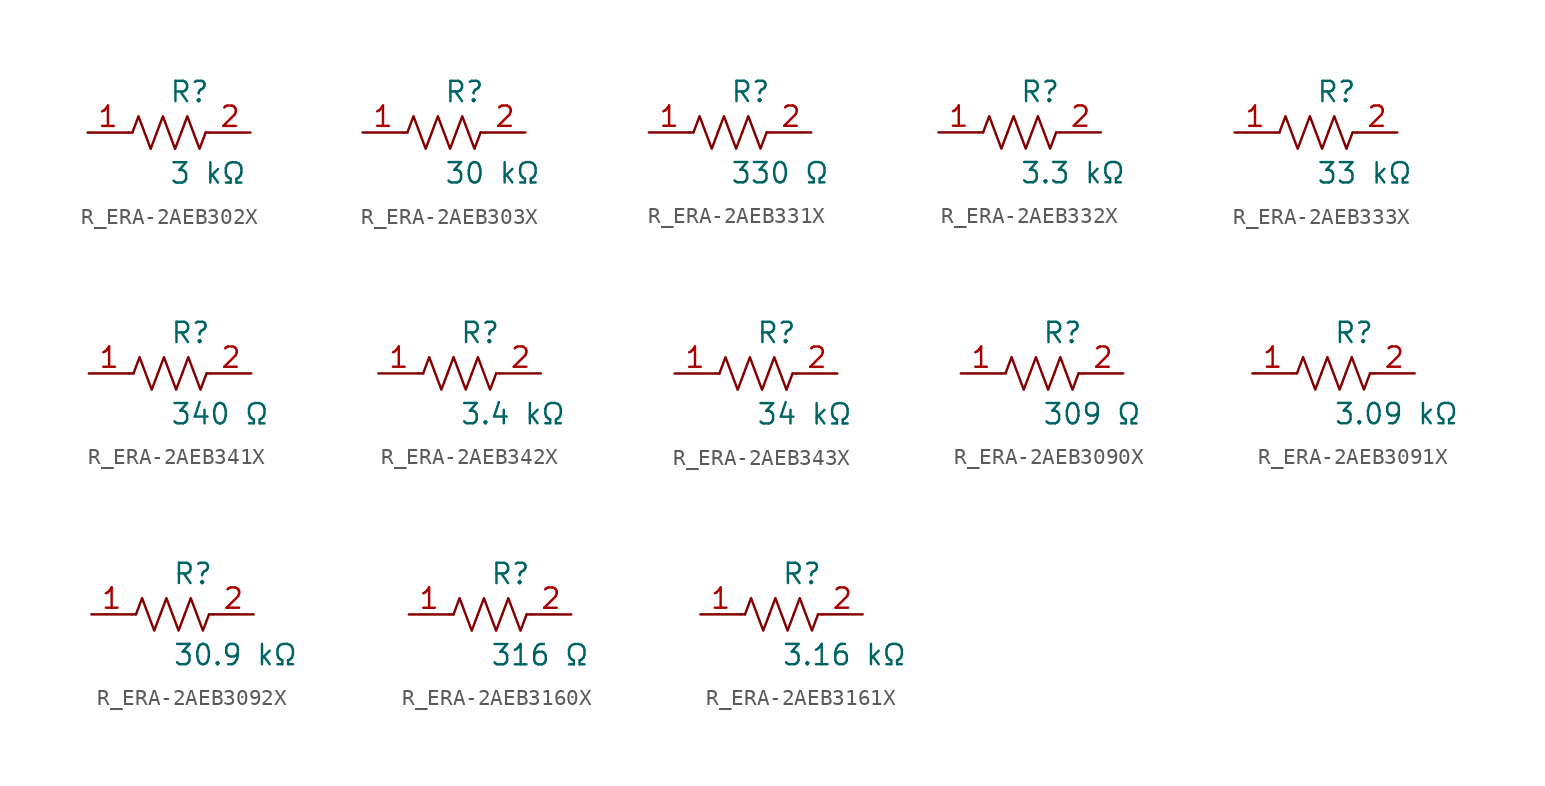
<source format=kicad_sym>
(kicad_symbol_lib
  (version 20231120)
  (generator kicad_symbol_editor)
  (generator_version 8.0)
  (symbol "R_ERA-2AEB302X"
    (pin_names
      (offset 0.254))
    (property "Reference" "R"
      (at 0.0 2.54 0)
      (effects (font (size 1.27 1.27)) (justify left)))
    (property "Value" "3 kΩ"
      (at 0.0 -2.54 0)
      (effects (font (size 1.27 1.27)) (justify left)))
    (symbol "R_ERA-2AEB302X_0_1"
      (polyline (pts (xy 2.286 0) (xy 2.54 0)) (stroke (width 0) (type default)) (fill (type none)))
      (polyline (pts (xy -2.286 0) (xy -2.54 0)) (stroke (width 0) (type default)) (fill (type none)))
      (polyline (pts (xy 0.762 0) (xy 1.143 1.016) (xy 1.524 0) (xy 1.905 -1.016) (xy 2.286 0)) (stroke (width 0) (type default)) (fill (type none)))
      (polyline (pts (xy -0.762 0) (xy -0.381 1.016) (xy 0 0) (xy 0.381 -1.016) (xy 0.762 0)) (stroke (width 0) (type default)) (fill (type none)))
      (polyline (pts (xy -2.286 0) (xy -1.905 1.016) (xy -1.524 0) (xy -1.143 -1.016) (xy -0.762 0)) (stroke (width 0) (type default)) (fill (type none))))
    (pin unspecified line
      (at -5.08 0 0)
      (length 2.54)
      (name "" (effects (font (size 1.27 1.27))))
      (number "1" (effects (font (size 1.27 1.27)))))
    (pin unspecified line
      (at 5.08 0 180)
      (length 2.54)
      (name "" (effects (font (size 1.27 1.27))))
      (number "2" (effects (font (size 1.27 1.27))))))
  (symbol "R_ERA-2AEB303X"
    (pin_names
      (offset 0.254))
    (property "Reference" "R"
      (at 0.0 2.54 0)
      (effects (font (size 1.27 1.27)) (justify left)))
    (property "Value" "30 kΩ"
      (at 0.0 -2.54 0)
      (effects (font (size 1.27 1.27)) (justify left)))
    (symbol "R_ERA-2AEB303X_0_1"
      (polyline (pts (xy 2.286 0) (xy 2.54 0)) (stroke (width 0) (type default)) (fill (type none)))
      (polyline (pts (xy -2.286 0) (xy -2.54 0)) (stroke (width 0) (type default)) (fill (type none)))
      (polyline (pts (xy 0.762 0) (xy 1.143 1.016) (xy 1.524 0) (xy 1.905 -1.016) (xy 2.286 0)) (stroke (width 0) (type default)) (fill (type none)))
      (polyline (pts (xy -0.762 0) (xy -0.381 1.016) (xy 0 0) (xy 0.381 -1.016) (xy 0.762 0)) (stroke (width 0) (type default)) (fill (type none)))
      (polyline (pts (xy -2.286 0) (xy -1.905 1.016) (xy -1.524 0) (xy -1.143 -1.016) (xy -0.762 0)) (stroke (width 0) (type default)) (fill (type none))))
    (pin unspecified line
      (at -5.08 0 0)
      (length 2.54)
      (name "" (effects (font (size 1.27 1.27))))
      (number "1" (effects (font (size 1.27 1.27)))))
    (pin unspecified line
      (at 5.08 0 180)
      (length 2.54)
      (name "" (effects (font (size 1.27 1.27))))
      (number "2" (effects (font (size 1.27 1.27))))))
  (symbol "R_ERA-2AEB331X"
    (pin_names
      (offset 0.254))
    (property "Reference" "R"
      (at 0.0 2.54 0)
      (effects (font (size 1.27 1.27)) (justify left)))
    (property "Value" "330 Ω"
      (at 0.0 -2.54 0)
      (effects (font (size 1.27 1.27)) (justify left)))
    (symbol "R_ERA-2AEB331X_0_1"
      (polyline (pts (xy 2.286 0) (xy 2.54 0)) (stroke (width 0) (type default)) (fill (type none)))
      (polyline (pts (xy -2.286 0) (xy -2.54 0)) (stroke (width 0) (type default)) (fill (type none)))
      (polyline (pts (xy 0.762 0) (xy 1.143 1.016) (xy 1.524 0) (xy 1.905 -1.016) (xy 2.286 0)) (stroke (width 0) (type default)) (fill (type none)))
      (polyline (pts (xy -0.762 0) (xy -0.381 1.016) (xy 0 0) (xy 0.381 -1.016) (xy 0.762 0)) (stroke (width 0) (type default)) (fill (type none)))
      (polyline (pts (xy -2.286 0) (xy -1.905 1.016) (xy -1.524 0) (xy -1.143 -1.016) (xy -0.762 0)) (stroke (width 0) (type default)) (fill (type none))))
    (pin unspecified line
      (at -5.08 0 0)
      (length 2.54)
      (name "" (effects (font (size 1.27 1.27))))
      (number "1" (effects (font (size 1.27 1.27)))))
    (pin unspecified line
      (at 5.08 0 180)
      (length 2.54)
      (name "" (effects (font (size 1.27 1.27))))
      (number "2" (effects (font (size 1.27 1.27))))))
  (symbol "R_ERA-2AEB332X"
    (pin_names
      (offset 0.254))
    (property "Reference" "R"
      (at 0.0 2.54 0)
      (effects (font (size 1.27 1.27)) (justify left)))
    (property "Value" "3.3 kΩ"
      (at 0.0 -2.54 0)
      (effects (font (size 1.27 1.27)) (justify left)))
    (symbol "R_ERA-2AEB332X_0_1"
      (polyline (pts (xy 2.286 0) (xy 2.54 0)) (stroke (width 0) (type default)) (fill (type none)))
      (polyline (pts (xy -2.286 0) (xy -2.54 0)) (stroke (width 0) (type default)) (fill (type none)))
      (polyline (pts (xy 0.762 0) (xy 1.143 1.016) (xy 1.524 0) (xy 1.905 -1.016) (xy 2.286 0)) (stroke (width 0) (type default)) (fill (type none)))
      (polyline (pts (xy -0.762 0) (xy -0.381 1.016) (xy 0 0) (xy 0.381 -1.016) (xy 0.762 0)) (stroke (width 0) (type default)) (fill (type none)))
      (polyline (pts (xy -2.286 0) (xy -1.905 1.016) (xy -1.524 0) (xy -1.143 -1.016) (xy -0.762 0)) (stroke (width 0) (type default)) (fill (type none))))
    (pin unspecified line
      (at -5.08 0 0)
      (length 2.54)
      (name "" (effects (font (size 1.27 1.27))))
      (number "1" (effects (font (size 1.27 1.27)))))
    (pin unspecified line
      (at 5.08 0 180)
      (length 2.54)
      (name "" (effects (font (size 1.27 1.27))))
      (number "2" (effects (font (size 1.27 1.27))))))
  (symbol "R_ERA-2AEB333X"
    (pin_names
      (offset 0.254))
    (property "Reference" "R"
      (at 0.0 2.54 0)
      (effects (font (size 1.27 1.27)) (justify left)))
    (property "Value" "33 kΩ"
      (at 0.0 -2.54 0)
      (effects (font (size 1.27 1.27)) (justify left)))
    (symbol "R_ERA-2AEB333X_0_1"
      (polyline (pts (xy 2.286 0) (xy 2.54 0)) (stroke (width 0) (type default)) (fill (type none)))
      (polyline (pts (xy -2.286 0) (xy -2.54 0)) (stroke (width 0) (type default)) (fill (type none)))
      (polyline (pts (xy 0.762 0) (xy 1.143 1.016) (xy 1.524 0) (xy 1.905 -1.016) (xy 2.286 0)) (stroke (width 0) (type default)) (fill (type none)))
      (polyline (pts (xy -0.762 0) (xy -0.381 1.016) (xy 0 0) (xy 0.381 -1.016) (xy 0.762 0)) (stroke (width 0) (type default)) (fill (type none)))
      (polyline (pts (xy -2.286 0) (xy -1.905 1.016) (xy -1.524 0) (xy -1.143 -1.016) (xy -0.762 0)) (stroke (width 0) (type default)) (fill (type none))))
    (pin unspecified line
      (at -5.08 0 0)
      (length 2.54)
      (name "" (effects (font (size 1.27 1.27))))
      (number "1" (effects (font (size 1.27 1.27)))))
    (pin unspecified line
      (at 5.08 0 180)
      (length 2.54)
      (name "" (effects (font (size 1.27 1.27))))
      (number "2" (effects (font (size 1.27 1.27))))))
  (symbol "R_ERA-2AEB341X"
    (pin_names
      (offset 0.254))
    (property "Reference" "R"
      (at 0.0 2.54 0)
      (effects (font (size 1.27 1.27)) (justify left)))
    (property "Value" "340 Ω"
      (at 0.0 -2.54 0)
      (effects (font (size 1.27 1.27)) (justify left)))
    (symbol "R_ERA-2AEB341X_0_1"
      (polyline (pts (xy 2.286 0) (xy 2.54 0)) (stroke (width 0) (type default)) (fill (type none)))
      (polyline (pts (xy -2.286 0) (xy -2.54 0)) (stroke (width 0) (type default)) (fill (type none)))
      (polyline (pts (xy 0.762 0) (xy 1.143 1.016) (xy 1.524 0) (xy 1.905 -1.016) (xy 2.286 0)) (stroke (width 0) (type default)) (fill (type none)))
      (polyline (pts (xy -0.762 0) (xy -0.381 1.016) (xy 0 0) (xy 0.381 -1.016) (xy 0.762 0)) (stroke (width 0) (type default)) (fill (type none)))
      (polyline (pts (xy -2.286 0) (xy -1.905 1.016) (xy -1.524 0) (xy -1.143 -1.016) (xy -0.762 0)) (stroke (width 0) (type default)) (fill (type none))))
    (pin unspecified line
      (at -5.08 0 0)
      (length 2.54)
      (name "" (effects (font (size 1.27 1.27))))
      (number "1" (effects (font (size 1.27 1.27)))))
    (pin unspecified line
      (at 5.08 0 180)
      (length 2.54)
      (name "" (effects (font (size 1.27 1.27))))
      (number "2" (effects (font (size 1.27 1.27))))))
  (symbol "R_ERA-2AEB342X"
    (pin_names
      (offset 0.254))
    (property "Reference" "R"
      (at 0.0 2.54 0)
      (effects (font (size 1.27 1.27)) (justify left)))
    (property "Value" "3.4 kΩ"
      (at 0.0 -2.54 0)
      (effects (font (size 1.27 1.27)) (justify left)))
    (symbol "R_ERA-2AEB342X_0_1"
      (polyline (pts (xy 2.286 0) (xy 2.54 0)) (stroke (width 0) (type default)) (fill (type none)))
      (polyline (pts (xy -2.286 0) (xy -2.54 0)) (stroke (width 0) (type default)) (fill (type none)))
      (polyline (pts (xy 0.762 0) (xy 1.143 1.016) (xy 1.524 0) (xy 1.905 -1.016) (xy 2.286 0)) (stroke (width 0) (type default)) (fill (type none)))
      (polyline (pts (xy -0.762 0) (xy -0.381 1.016) (xy 0 0) (xy 0.381 -1.016) (xy 0.762 0)) (stroke (width 0) (type default)) (fill (type none)))
      (polyline (pts (xy -2.286 0) (xy -1.905 1.016) (xy -1.524 0) (xy -1.143 -1.016) (xy -0.762 0)) (stroke (width 0) (type default)) (fill (type none))))
    (pin unspecified line
      (at -5.08 0 0)
      (length 2.54)
      (name "" (effects (font (size 1.27 1.27))))
      (number "1" (effects (font (size 1.27 1.27)))))
    (pin unspecified line
      (at 5.08 0 180)
      (length 2.54)
      (name "" (effects (font (size 1.27 1.27))))
      (number "2" (effects (font (size 1.27 1.27))))))
  (symbol "R_ERA-2AEB343X"
    (pin_names
      (offset 0.254))
    (property "Reference" "R"
      (at 0.0 2.54 0)
      (effects (font (size 1.27 1.27)) (justify left)))
    (property "Value" "34 kΩ"
      (at 0.0 -2.54 0)
      (effects (font (size 1.27 1.27)) (justify left)))
    (symbol "R_ERA-2AEB343X_0_1"
      (polyline (pts (xy 2.286 0) (xy 2.54 0)) (stroke (width 0) (type default)) (fill (type none)))
      (polyline (pts (xy -2.286 0) (xy -2.54 0)) (stroke (width 0) (type default)) (fill (type none)))
      (polyline (pts (xy 0.762 0) (xy 1.143 1.016) (xy 1.524 0) (xy 1.905 -1.016) (xy 2.286 0)) (stroke (width 0) (type default)) (fill (type none)))
      (polyline (pts (xy -0.762 0) (xy -0.381 1.016) (xy 0 0) (xy 0.381 -1.016) (xy 0.762 0)) (stroke (width 0) (type default)) (fill (type none)))
      (polyline (pts (xy -2.286 0) (xy -1.905 1.016) (xy -1.524 0) (xy -1.143 -1.016) (xy -0.762 0)) (stroke (width 0) (type default)) (fill (type none))))
    (pin unspecified line
      (at -5.08 0 0)
      (length 2.54)
      (name "" (effects (font (size 1.27 1.27))))
      (number "1" (effects (font (size 1.27 1.27)))))
    (pin unspecified line
      (at 5.08 0 180)
      (length 2.54)
      (name "" (effects (font (size 1.27 1.27))))
      (number "2" (effects (font (size 1.27 1.27))))))
  (symbol "R_ERA-2AEB3090X"
    (pin_names
      (offset 0.254))
    (property "Reference" "R"
      (at 0.0 2.54 0)
      (effects (font (size 1.27 1.27)) (justify left)))
    (property "Value" "309 Ω"
      (at 0.0 -2.54 0)
      (effects (font (size 1.27 1.27)) (justify left)))
    (symbol "R_ERA-2AEB3090X_0_1"
      (polyline (pts (xy 2.286 0) (xy 2.54 0)) (stroke (width 0) (type default)) (fill (type none)))
      (polyline (pts (xy -2.286 0) (xy -2.54 0)) (stroke (width 0) (type default)) (fill (type none)))
      (polyline (pts (xy 0.762 0) (xy 1.143 1.016) (xy 1.524 0) (xy 1.905 -1.016) (xy 2.286 0)) (stroke (width 0) (type default)) (fill (type none)))
      (polyline (pts (xy -0.762 0) (xy -0.381 1.016) (xy 0 0) (xy 0.381 -1.016) (xy 0.762 0)) (stroke (width 0) (type default)) (fill (type none)))
      (polyline (pts (xy -2.286 0) (xy -1.905 1.016) (xy -1.524 0) (xy -1.143 -1.016) (xy -0.762 0)) (stroke (width 0) (type default)) (fill (type none))))
    (pin unspecified line
      (at -5.08 0 0)
      (length 2.54)
      (name "" (effects (font (size 1.27 1.27))))
      (number "1" (effects (font (size 1.27 1.27)))))
    (pin unspecified line
      (at 5.08 0 180)
      (length 2.54)
      (name "" (effects (font (size 1.27 1.27))))
      (number "2" (effects (font (size 1.27 1.27))))))
  (symbol "R_ERA-2AEB3091X"
    (pin_names
      (offset 0.254))
    (property "Reference" "R"
      (at 0.0 2.54 0)
      (effects (font (size 1.27 1.27)) (justify left)))
    (property "Value" "3.09 kΩ"
      (at 0.0 -2.54 0)
      (effects (font (size 1.27 1.27)) (justify left)))
    (symbol "R_ERA-2AEB3091X_0_1"
      (polyline (pts (xy 2.286 0) (xy 2.54 0)) (stroke (width 0) (type default)) (fill (type none)))
      (polyline (pts (xy -2.286 0) (xy -2.54 0)) (stroke (width 0) (type default)) (fill (type none)))
      (polyline (pts (xy 0.762 0) (xy 1.143 1.016) (xy 1.524 0) (xy 1.905 -1.016) (xy 2.286 0)) (stroke (width 0) (type default)) (fill (type none)))
      (polyline (pts (xy -0.762 0) (xy -0.381 1.016) (xy 0 0) (xy 0.381 -1.016) (xy 0.762 0)) (stroke (width 0) (type default)) (fill (type none)))
      (polyline (pts (xy -2.286 0) (xy -1.905 1.016) (xy -1.524 0) (xy -1.143 -1.016) (xy -0.762 0)) (stroke (width 0) (type default)) (fill (type none))))
    (pin unspecified line
      (at -5.08 0 0)
      (length 2.54)
      (name "" (effects (font (size 1.27 1.27))))
      (number "1" (effects (font (size 1.27 1.27)))))
    (pin unspecified line
      (at 5.08 0 180)
      (length 2.54)
      (name "" (effects (font (size 1.27 1.27))))
      (number "2" (effects (font (size 1.27 1.27))))))
  (symbol "R_ERA-2AEB3092X"
    (pin_names
      (offset 0.254))
    (property "Reference" "R"
      (at 0.0 2.54 0)
      (effects (font (size 1.27 1.27)) (justify left)))
    (property "Value" "30.9 kΩ"
      (at 0.0 -2.54 0)
      (effects (font (size 1.27 1.27)) (justify left)))
    (symbol "R_ERA-2AEB3092X_0_1"
      (polyline (pts (xy 2.286 0) (xy 2.54 0)) (stroke (width 0) (type default)) (fill (type none)))
      (polyline (pts (xy -2.286 0) (xy -2.54 0)) (stroke (width 0) (type default)) (fill (type none)))
      (polyline (pts (xy 0.762 0) (xy 1.143 1.016) (xy 1.524 0) (xy 1.905 -1.016) (xy 2.286 0)) (stroke (width 0) (type default)) (fill (type none)))
      (polyline (pts (xy -0.762 0) (xy -0.381 1.016) (xy 0 0) (xy 0.381 -1.016) (xy 0.762 0)) (stroke (width 0) (type default)) (fill (type none)))
      (polyline (pts (xy -2.286 0) (xy -1.905 1.016) (xy -1.524 0) (xy -1.143 -1.016) (xy -0.762 0)) (stroke (width 0) (type default)) (fill (type none))))
    (pin unspecified line
      (at -5.08 0 0)
      (length 2.54)
      (name "" (effects (font (size 1.27 1.27))))
      (number "1" (effects (font (size 1.27 1.27)))))
    (pin unspecified line
      (at 5.08 0 180)
      (length 2.54)
      (name "" (effects (font (size 1.27 1.27))))
      (number "2" (effects (font (size 1.27 1.27))))))
  (symbol "R_ERA-2AEB3160X"
    (pin_names
      (offset 0.254))
    (property "Reference" "R"
      (at 0.0 2.54 0)
      (effects (font (size 1.27 1.27)) (justify left)))
    (property "Value" "316 Ω"
      (at 0.0 -2.54 0)
      (effects (font (size 1.27 1.27)) (justify left)))
    (symbol "R_ERA-2AEB3160X_0_1"
      (polyline (pts (xy 2.286 0) (xy 2.54 0)) (stroke (width 0) (type default)) (fill (type none)))
      (polyline (pts (xy -2.286 0) (xy -2.54 0)) (stroke (width 0) (type default)) (fill (type none)))
      (polyline (pts (xy 0.762 0) (xy 1.143 1.016) (xy 1.524 0) (xy 1.905 -1.016) (xy 2.286 0)) (stroke (width 0) (type default)) (fill (type none)))
      (polyline (pts (xy -0.762 0) (xy -0.381 1.016) (xy 0 0) (xy 0.381 -1.016) (xy 0.762 0)) (stroke (width 0) (type default)) (fill (type none)))
      (polyline (pts (xy -2.286 0) (xy -1.905 1.016) (xy -1.524 0) (xy -1.143 -1.016) (xy -0.762 0)) (stroke (width 0) (type default)) (fill (type none))))
    (pin unspecified line
      (at -5.08 0 0)
      (length 2.54)
      (name "" (effects (font (size 1.27 1.27))))
      (number "1" (effects (font (size 1.27 1.27)))))
    (pin unspecified line
      (at 5.08 0 180)
      (length 2.54)
      (name "" (effects (font (size 1.27 1.27))))
      (number "2" (effects (font (size 1.27 1.27))))))
  (symbol "R_ERA-2AEB3161X"
    (pin_names
      (offset 0.254))
    (property "Reference" "R"
      (at 0.0 2.54 0)
      (effects (font (size 1.27 1.27)) (justify left)))
    (property "Value" "3.16 kΩ"
      (at 0.0 -2.54 0)
      (effects (font (size 1.27 1.27)) (justify left)))
    (symbol "R_ERA-2AEB3161X_0_1"
      (polyline (pts (xy 2.286 0) (xy 2.54 0)) (stroke (width 0) (type default)) (fill (type none)))
      (polyline (pts (xy -2.286 0) (xy -2.54 0)) (stroke (width 0) (type default)) (fill (type none)))
      (polyline (pts (xy 0.762 0) (xy 1.143 1.016) (xy 1.524 0) (xy 1.905 -1.016) (xy 2.286 0)) (stroke (width 0) (type default)) (fill (type none)))
      (polyline (pts (xy -0.762 0) (xy -0.381 1.016) (xy 0 0) (xy 0.381 -1.016) (xy 0.762 0)) (stroke (width 0) (type default)) (fill (type none)))
      (polyline (pts (xy -2.286 0) (xy -1.905 1.016) (xy -1.524 0) (xy -1.143 -1.016) (xy -0.762 0)) (stroke (width 0) (type default)) (fill (type none))))
    (pin unspecified line
      (at -5.08 0 0)
      (length 2.54)
      (name "" (effects (font (size 1.27 1.27))))
      (number "1" (effects (font (size 1.27 1.27)))))
    (pin unspecified line
      (at 5.08 0 180)
      (length 2.54)
      (name "" (effects (font (size 1.27 1.27))))
      (number "2" (effects (font (size 1.27 1.27)))))))
</source>
